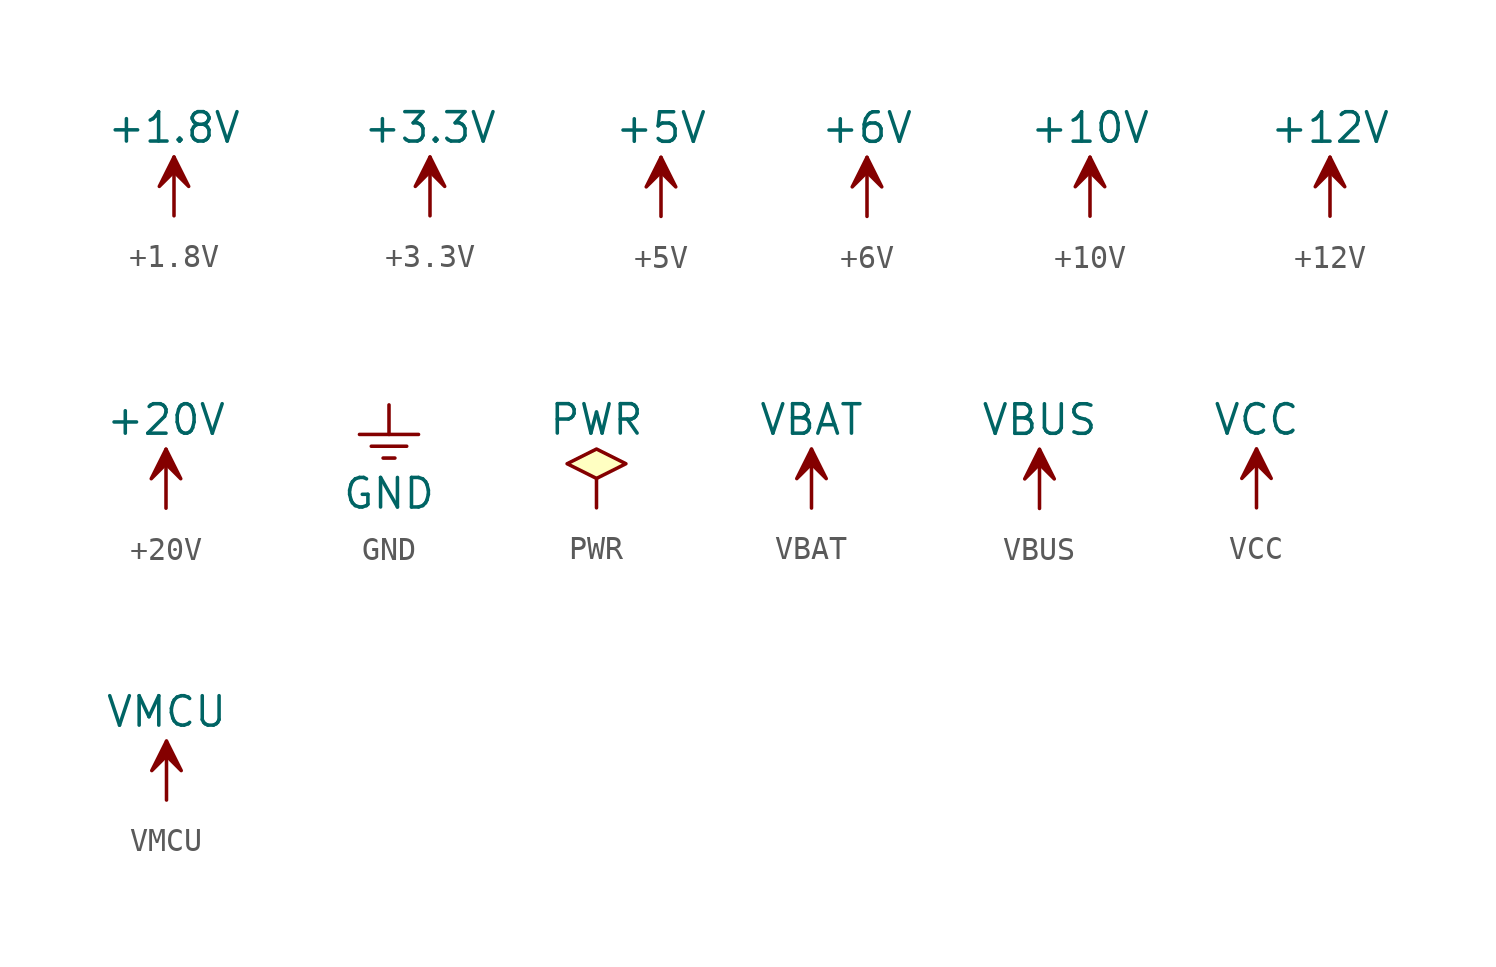
<source format=kicad_sym>
(kicad_symbol_lib
  (version 20220914)
  (generator kicad_symbol_editor)
  (symbol "+1.8V"
    (power)
    (property "Reference" "#PWR"
      (at 0 0 0)
      (effects (font (size 1.27 1.27)) hide))
    (property "Value" "+1.8V"
      (at 0 3.81 0)
      (effects (font (size 1.27 1.27))))
    (symbol "+1.8V_0_1"
      (polyline (pts (xy 0 0) (xy 0 2.54)) (stroke (width 0) (type default)) (fill (type none))))
    (symbol "+1.8V_1_1"
      (polyline (pts (xy 0 2.54) (xy -0.635 1.27) (xy 0 1.905) (xy 0.635 1.27) (xy 0 2.54)) (stroke (width 0) (type default)) (fill (type outline)))
      (pin power_in line (at 0 0 90) (length 0) hide (name "+1.8V" (effects (font (size 1.27 1.27)))) (number "1" (effects (font (size 1.27 1.27)))))))
  (symbol "+3.3V"
    (power)
    (property "Reference" "#PWR"
      (at 0 0 0)
      (effects (font (size 1.27 1.27)) hide))
    (property "Value" "+3.3V"
      (at 0 3.81 0)
      (effects (font (size 1.27 1.27))))
    (symbol "+3.3V_0_1"
      (polyline (pts (xy 0 0) (xy 0 2.54)) (stroke (width 0) (type default)) (fill (type none))))
    (symbol "+3.3V_1_1"
      (polyline (pts (xy 0 2.54) (xy -0.635 1.27) (xy 0 1.905) (xy 0.635 1.27) (xy 0 2.54)) (stroke (width 0) (type default)) (fill (type outline)))
      (pin power_in line (at 0 0 90) (length 0) hide (name "+3.3V" (effects (font (size 1.27 1.27)))) (number "1" (effects (font (size 1.27 1.27)))))))
  (symbol "+5V"
    (power)
    (property "Reference" "#PWR"
      (at 0 0 0)
      (effects (font (size 1.27 1.27)) hide))
    (property "Value" "+5V"
      (at 0 3.81 0)
      (effects (font (size 1.27 1.27))))
    (symbol "+5V_0_1"
      (polyline (pts (xy 0 0) (xy 0 2.54)) (stroke (width 0) (type default)) (fill (type none))))
    (symbol "+5V_1_1"
      (polyline (pts (xy 0 2.54) (xy -0.635 1.27) (xy 0 1.905) (xy 0.635 1.27) (xy 0 2.54)) (stroke (width 0) (type default)) (fill (type outline)))
      (pin power_in line (at 0 0 90) (length 0) hide (name "+5V" (effects (font (size 1.27 1.27)))) (number "1" (effects (font (size 1.27 1.27)))))))
  (symbol "+6V"
    (power)
    (property "Reference" "#PWR"
      (at 0 0 0)
      (effects (font (size 1.27 1.27)) hide))
    (property "Value" "+6V"
      (at 0 3.81 0)
      (effects (font (size 1.27 1.27))))
    (symbol "+6V_0_1"
      (polyline (pts (xy 0 0) (xy 0 2.54)) (stroke (width 0) (type default)) (fill (type none))))
    (symbol "+6V_1_1"
      (polyline (pts (xy 0 2.54) (xy -0.635 1.27) (xy 0 1.905) (xy 0.635 1.27) (xy 0 2.54)) (stroke (width 0) (type default)) (fill (type outline)))
      (pin power_in line (at 0 0 90) (length 0) hide (name "+6V" (effects (font (size 1.27 1.27)))) (number "1" (effects (font (size 1.27 1.27)))))))
  (symbol "+10V"
    (power)
    (property "Reference" "#PWR"
      (at 0 0 0)
      (effects (font (size 1.27 1.27)) hide))
    (property "Value" "+10V"
      (at 0 3.81 0)
      (effects (font (size 1.27 1.27))))
    (symbol "+10V_0_1"
      (polyline (pts (xy 0 0) (xy 0 2.54)) (stroke (width 0) (type default)) (fill (type none))))
    (symbol "+10V_1_1"
      (polyline (pts (xy 0 2.54) (xy -0.635 1.27) (xy 0 1.905) (xy 0.635 1.27) (xy 0 2.54)) (stroke (width 0) (type default)) (fill (type outline)))
      (pin power_in line (at 0 0 90) (length 0) hide (name "+10V" (effects (font (size 1.27 1.27)))) (number "1" (effects (font (size 1.27 1.27)))))))
  (symbol "+12V"
    (power)
    (property "Reference" "#PWR"
      (at 0 0 0)
      (effects (font (size 1.27 1.27)) hide))
    (property "Value" "+12V"
      (at 0 3.81 0)
      (effects (font (size 1.27 1.27))))
    (symbol "+12V_0_1"
      (polyline (pts (xy 0 0) (xy 0 2.54)) (stroke (width 0) (type default)) (fill (type none))))
    (symbol "+12V_1_1"
      (polyline (pts (xy 0 2.54) (xy -0.635 1.27) (xy 0 1.905) (xy 0.635 1.27) (xy 0 2.54)) (stroke (width 0) (type default)) (fill (type outline)))
      (pin power_in line (at 0 0 90) (length 0) hide (name "+12V" (effects (font (size 1.27 1.27)))) (number "1" (effects (font (size 1.27 1.27)))))))
  (symbol "+20V"
    (power)
    (property "Reference" "#PWR"
      (at 0 0 0)
      (effects (font (size 1.27 1.27)) hide))
    (property "Value" "+20V"
      (at 0 3.81 0)
      (effects (font (size 1.27 1.27))))
    (symbol "+20V_0_1"
      (polyline (pts (xy 0 0) (xy 0 2.54)) (stroke (width 0) (type default)) (fill (type none))))
    (symbol "+20V_1_1"
      (polyline (pts (xy 0 2.54) (xy -0.635 1.27) (xy 0 1.905) (xy 0.635 1.27) (xy 0 2.54)) (stroke (width 0) (type default)) (fill (type outline)))
      (pin power_in line (at 0 0 90) (length 0) hide (name "+20V" (effects (font (size 1.27 1.27)))) (number "1" (effects (font (size 1.27 1.27)))))))
  (symbol "GND"
    (power)
    (property "Reference" "#PWR"
      (at 0 0 0)
      (effects (font (size 1.27 1.27)) hide))
    (property "Value" "GND"
      (at 0 -3.81 0)
      (effects (font (size 1.27 1.27))))
    (symbol "GND_0_1"
      (polyline (pts (xy -0.762 -1.778) (xy 0.762 -1.778)) (stroke (width 0) (type default)) (fill (type none)))
      (polyline (pts (xy 0 0) (xy 0 -1.27)) (stroke (width 0) (type default)) (fill (type none)))
      (polyline (pts (xy 0.254 -2.286) (xy -0.254 -2.286)) (stroke (width 0) (type default)) (fill (type none)))
      (polyline (pts (xy 1.27 -1.27) (xy -1.27 -1.27)) (stroke (width 0) (type default)) (fill (type none))))
    (symbol "GND_1_1"
      (pin power_in line (at 0 0 270) (length 0) hide (name "GND" (effects (font (size 1.27 1.27)))) (number "1" (effects (font (size 1.27 1.27)))))))
  (symbol "PWR"
    (power)
    (pin_numbers hide)
    (pin_names hide)
    (property "Reference" "#PWR"
      (at 0 0 0)
      (effects (font (size 1.27 1.27)) hide))
    (property "Value" "PWR"
      (at 0 3.81 0)
      (effects (font (size 1.27 1.27))))
    (symbol "PWR_1_1"
      (polyline (pts (xy 0 1.27) (xy -1.27 1.905) (xy 0 2.54) (xy 1.27 1.905) (xy 0 1.27)) (stroke (width 0) (type default)) (fill (type background)))
      (pin power_out line (at 0 0 90) (length 1.27) (name "PWR" (effects (font (size 1.27 1.27)))) (number "1" (effects (font (size 1.27 1.27)))))))
  (symbol "VBAT"
    (power)
    (property "Reference" "#PWR"
      (at 0 0 0)
      (effects (font (size 1.27 1.27)) hide))
    (property "Value" "VBAT"
      (at 0 3.81 0)
      (effects (font (size 1.27 1.27))))
    (symbol "VBAT_0_1"
      (polyline (pts (xy 0 0) (xy 0 2.54)) (stroke (width 0) (type default)) (fill (type none))))
    (symbol "VBAT_1_1"
      (polyline (pts (xy 0 2.54) (xy -0.635 1.27) (xy 0 1.905) (xy 0.635 1.27) (xy 0 2.54)) (stroke (width 0) (type default)) (fill (type outline)))
      (pin power_in line (at 0 0 90) (length 0) hide (name "VBAT" (effects (font (size 1.27 1.27)))) (number "1" (effects (font (size 1.27 1.27)))))))
  (symbol "VBUS"
    (power)
    (property "Reference" "#PWR"
      (at 0 0 0)
      (effects (font (size 1.27 1.27)) hide))
    (property "Value" "VBUS"
      (at 0 3.81 0)
      (effects (font (size 1.27 1.27))))
    (symbol "VBUS_0_1"
      (polyline (pts (xy 0 0) (xy 0 2.54)) (stroke (width 0) (type default)) (fill (type none))))
    (symbol "VBUS_1_1"
      (polyline (pts (xy 0 2.54) (xy -0.635 1.27) (xy 0 1.905) (xy 0.635 1.27) (xy 0 2.54)) (stroke (width 0) (type default)) (fill (type outline)))
      (pin power_in line (at 0 0 90) (length 0) hide (name "VBUS" (effects (font (size 1.27 1.27)))) (number "1" (effects (font (size 1.27 1.27)))))))
  (symbol "VCC"
    (power)
    (property "Reference" "#PWR"
      (at 0 0 0)
      (effects (font (size 1.27 1.27)) hide))
    (property "Value" "VCC"
      (at 0 3.81 0)
      (effects (font (size 1.27 1.27))))
    (symbol "VCC_0_1"
      (polyline (pts (xy 0 0) (xy 0 2.54)) (stroke (width 0) (type default)) (fill (type none))))
    (symbol "VCC_1_1"
      (polyline (pts (xy 0 2.54) (xy -0.635 1.27) (xy 0 1.905) (xy 0.635 1.27) (xy 0 2.54)) (stroke (width 0) (type default)) (fill (type outline)))
      (pin power_in line (at 0 0 90) (length 0) hide (name "VCC" (effects (font (size 1.27 1.27)))) (number "1" (effects (font (size 1.27 1.27)))))))
  (symbol "VMCU"
    (power)
    (property "Reference" "#PWR"
      (at 0 0 0)
      (effects (font (size 1.27 1.27)) hide))
    (property "Value" "VMCU"
      (at 0 3.81 0)
      (effects (font (size 1.27 1.27))))
    (symbol "VMCU_0_1"
      (polyline (pts (xy 0 0) (xy 0 2.54)) (stroke (width 0) (type default)) (fill (type none))))
    (symbol "VMCU_1_1"
      (polyline (pts (xy 0 2.54) (xy -0.635 1.27) (xy 0 1.905) (xy 0.635 1.27) (xy 0 2.54)) (stroke (width 0) (type default)) (fill (type outline)))
      (pin power_in line (at 0 0 90) (length 0) hide (name "VMCU" (effects (font (size 1.27 1.27)))) (number "1" (effects (font (size 1.27 1.27))))))))
</source>
